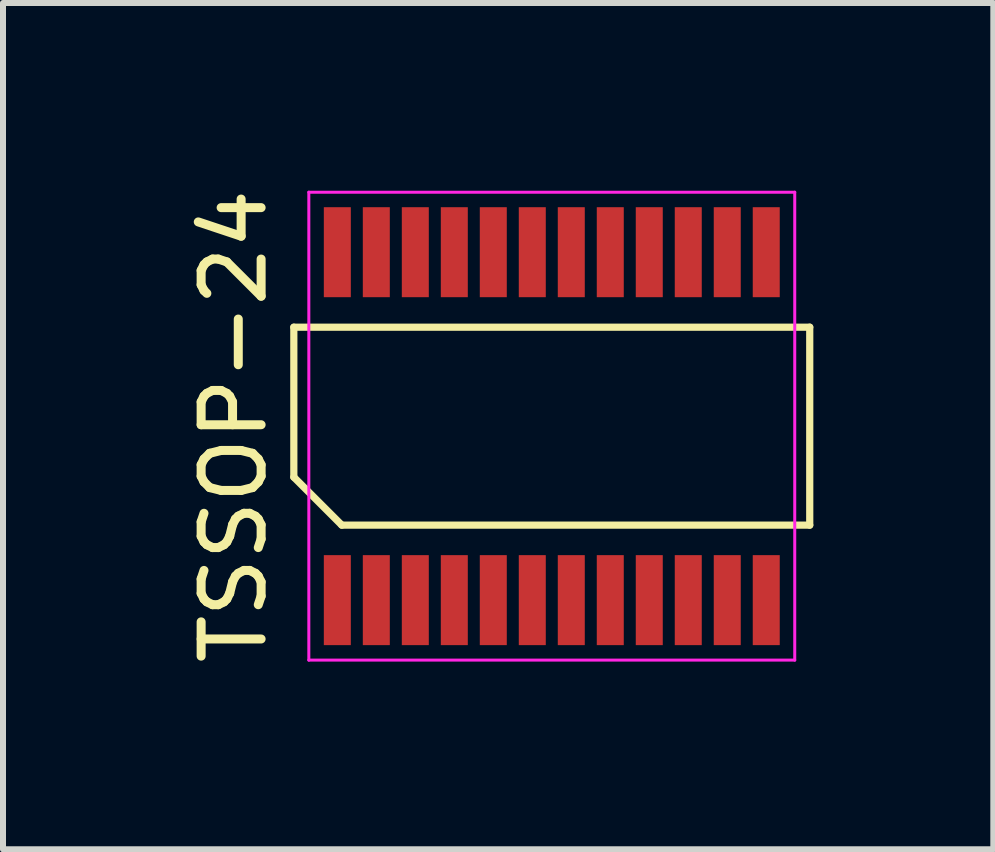
<source format=kicad_pcb>
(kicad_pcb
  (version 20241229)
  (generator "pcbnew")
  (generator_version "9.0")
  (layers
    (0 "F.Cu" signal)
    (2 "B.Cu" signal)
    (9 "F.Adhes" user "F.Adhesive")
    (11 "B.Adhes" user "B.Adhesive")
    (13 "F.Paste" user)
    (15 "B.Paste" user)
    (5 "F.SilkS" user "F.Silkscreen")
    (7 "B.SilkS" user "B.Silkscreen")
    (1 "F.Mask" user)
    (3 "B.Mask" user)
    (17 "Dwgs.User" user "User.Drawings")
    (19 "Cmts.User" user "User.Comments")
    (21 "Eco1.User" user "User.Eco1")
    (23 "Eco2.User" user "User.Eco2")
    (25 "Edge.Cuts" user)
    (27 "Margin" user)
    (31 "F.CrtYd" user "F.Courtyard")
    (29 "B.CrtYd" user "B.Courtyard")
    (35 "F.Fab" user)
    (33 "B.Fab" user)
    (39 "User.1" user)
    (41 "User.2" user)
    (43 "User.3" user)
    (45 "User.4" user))
  (footprint "TSSOP-24"
    (layer "F.Cu")
    (at 6.148 4.054)
    (property "Reference" "TSSOP-24" (at -5.3 0 90) (layer "F.SilkS") (effects (font (size 1 1) (thickness 0.15))))
    (attr smd)
    (fp_line (start -4.3 -1.65) (end 4.3 -1.65) (stroke (width 0.12) (type solid)) (layer "F.SilkS"))
    (fp_line (start -4.3 0.85) (end -4.3 -1.65) (stroke (width 0.12) (type solid)) (layer "F.SilkS"))
    (fp_line (start -3.5 1.65) (end -4.3 0.85) (stroke (width 0.12) (type solid)) (layer "F.SilkS"))
    (fp_line (start 4.3 -1.65) (end 4.3 1.65) (stroke (width 0.12) (type solid)) (layer "F.SilkS"))
    (fp_line (start 4.3 1.65) (end -3.5 1.65) (stroke (width 0.12) (type solid)) (layer "F.SilkS"))
    (fp_line (start -4.05 -3.9) (end 4.05 -3.9) (stroke (width 0.05) (type solid)) (layer "F.CrtYd"))
    (fp_line (start -4.05 3.9) (end -4.05 -3.9) (stroke (width 0.05) (type solid)) (layer "F.CrtYd"))
    (fp_line (start 4.05 -3.9) (end 4.05 3.9) (stroke (width 0.05) (type solid)) (layer "F.CrtYd"))
    (fp_line (start 4.05 3.9) (end -4.05 3.9) (stroke (width 0.05) (type solid)) (layer "F.CrtYd"))
    (pad "1" smd rect (at -3.575 2.9) (size 0.45 1.5) (layers "F.Cu" "F.Mask" "F.Paste"))
    (pad "2" smd rect (at -2.925 2.9) (size 0.45 1.5) (layers "F.Cu" "F.Mask" "F.Paste"))
    (pad "3" smd rect (at -2.275 2.9) (size 0.45 1.5) (layers "F.Cu" "F.Mask" "F.Paste"))
    (pad "4" smd rect (at -1.625 2.9) (size 0.45 1.5) (layers "F.Cu" "F.Mask" "F.Paste"))
    (pad "5" smd rect (at -0.975 2.9) (size 0.45 1.5) (layers "F.Cu" "F.Mask" "F.Paste"))
    (pad "6" smd rect (at -0.325 2.9) (size 0.45 1.5) (layers "F.Cu" "F.Mask" "F.Paste"))
    (pad "7" smd rect (at 0.325 2.9) (size 0.45 1.5) (layers "F.Cu" "F.Mask" "F.Paste"))
    (pad "8" smd rect (at 0.975 2.9) (size 0.45 1.5) (layers "F.Cu" "F.Mask" "F.Paste"))
    (pad "9" smd rect (at 1.625 2.9) (size 0.45 1.5) (layers "F.Cu" "F.Mask" "F.Paste"))
    (pad "10" smd rect (at 2.275 2.9) (size 0.45 1.5) (layers "F.Cu" "F.Mask" "F.Paste"))
    (pad "11" smd rect (at 2.925 2.9) (size 0.45 1.5) (layers "F.Cu" "F.Mask" "F.Paste"))
    (pad "12" smd rect (at 3.575 2.9) (size 0.45 1.5) (layers "F.Cu" "F.Mask" "F.Paste"))
    (pad "13" smd rect (at 3.575 -2.9) (size 0.45 1.5) (layers "F.Cu" "F.Mask" "F.Paste"))
    (pad "14" smd rect (at 2.925 -2.9) (size 0.45 1.5) (layers "F.Cu" "F.Mask" "F.Paste"))
    (pad "15" smd rect (at 2.275 -2.9) (size 0.45 1.5) (layers "F.Cu" "F.Mask" "F.Paste"))
    (pad "16" smd rect (at 1.625 -2.9) (size 0.45 1.5) (layers "F.Cu" "F.Mask" "F.Paste"))
    (pad "17" smd rect (at 0.975 -2.9) (size 0.45 1.5) (layers "F.Cu" "F.Mask" "F.Paste"))
    (pad "18" smd rect (at 0.325 -2.9) (size 0.45 1.5) (layers "F.Cu" "F.Mask" "F.Paste"))
    (pad "19" smd rect (at -0.325 -2.9) (size 0.45 1.5) (layers "F.Cu" "F.Mask" "F.Paste"))
    (pad "20" smd rect (at -0.975 -2.9) (size 0.45 1.5) (layers "F.Cu" "F.Mask" "F.Paste"))
    (pad "21" smd rect (at -1.625 -2.9) (size 0.45 1.5) (layers "F.Cu" "F.Mask" "F.Paste"))
    (pad "22" smd rect (at -2.275 -2.9) (size 0.45 1.5) (layers "F.Cu" "F.Mask" "F.Paste"))
    (pad "23" smd rect (at -2.925 -2.9) (size 0.45 1.5) (layers "F.Cu" "F.Mask" "F.Paste"))
    (pad "24" smd rect (at -3.575 -2.9) (size 0.45 1.5) (layers "F.Cu" "F.Mask" "F.Paste")))
  (gr_rect
    (start -3 -3)
    (end 13.508 11.107)
    (stroke (width 0.1) (type default))
    (fill no)
    (layer "Edge.Cuts")))
</source>
